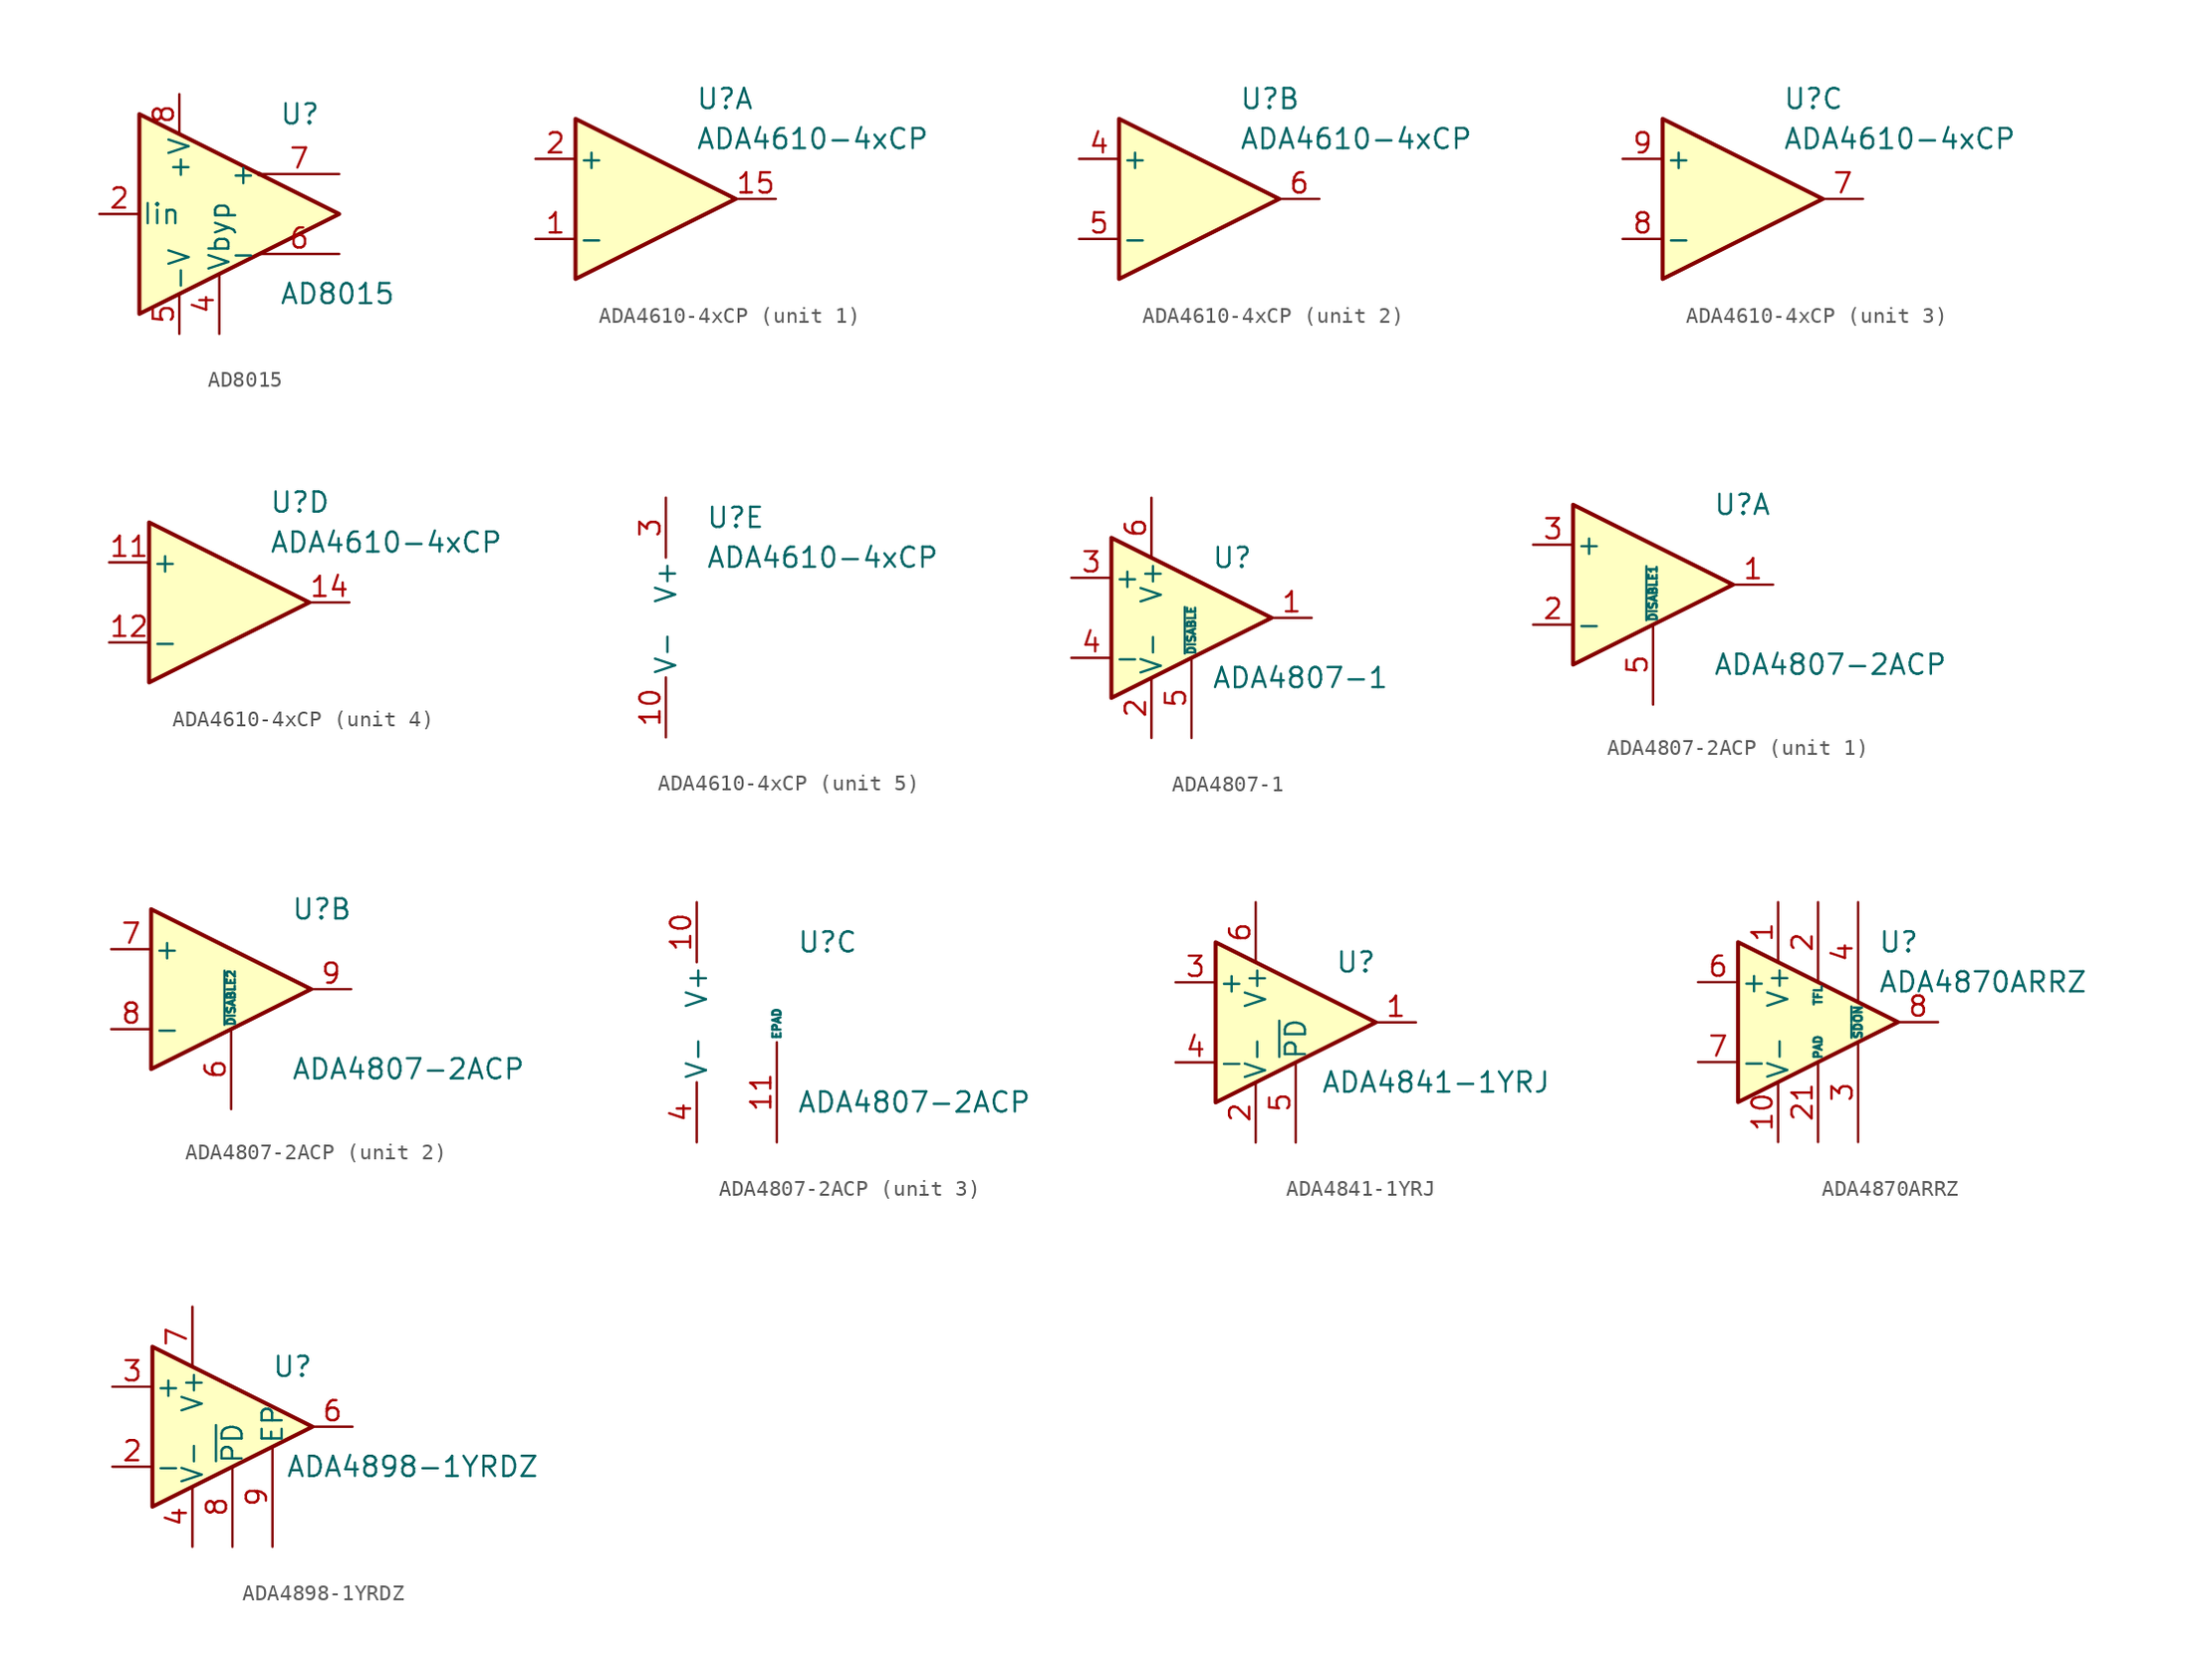
<source format=kicad_sym>
(kicad_symbol_lib
  (version 20211014)
  (generator kicad_symbol_editor)
  (symbol "AD8015"
    (pin_names
      (offset 0.127))
    (property "Reference" "U"
      (at 3.81 6.35 0)
      (effects (font (size 1.27 1.27)) (justify left)))
    (property "Value" "AD8015"
      (at 3.81 -5.08 0)
      (effects (font (size 1.27 1.27)) (justify left)))
    (symbol "AD8015_0_1"
      (polyline (pts (xy -5.08 6.35) (xy -5.08 -6.35) (xy 7.62 0) (xy -5.08 6.35)) (stroke (width 0.254) (type default) (color 0 0 0 0)) (fill (type background)))
      (circle (center 2.54 2.54) (radius 0.0001) (stroke (width 0) (type default) (color 0 0 0 0)) (fill (type none))))
    (symbol "AD8015_1_1"
      (pin no_connect line (at -5.08 2.54 0) (length 2.54) hide (name "NC" (effects (font (size 1.27 1.27)))) (number "1" (effects (font (size 1.27 1.27)))))
      (pin input line (at -7.62 0 0) (length 2.54) (name "Iin" (effects (font (size 1.27 1.27)))) (number "2" (effects (font (size 1.27 1.27)))))
      (pin no_connect line (at -5.08 -2.54 0) (length 2.54) hide (name "NC" (effects (font (size 1.27 1.27)))) (number "3" (effects (font (size 1.27 1.27)))))
      (pin input line (at 0 -7.62 90) (length 3.81) (name "Vbyp" (effects (font (size 1.27 1.27)))) (number "4" (effects (font (size 1.27 1.27)))))
      (pin power_in line (at -2.54 -7.62 90) (length 2.54) (name "-V" (effects (font (size 1.27 1.27)))) (number "5" (effects (font (size 1.27 1.27)))))
      (pin output line (at 7.62 -2.54 180) (length 5.08) (name "-" (effects (font (size 1.27 1.27)))) (number "6" (effects (font (size 1.27 1.27)))))
      (pin output line (at 7.62 2.54 180) (length 5.08) (name "+" (effects (font (size 1.27 1.27)))) (number "7" (effects (font (size 1.27 1.27)))))
      (pin power_in line (at -2.54 7.62 270) (length 2.54) (name "+V" (effects (font (size 1.27 1.27)))) (number "8" (effects (font (size 1.27 1.27)))))))
  (symbol "ADA4610-4xCP"
    (pin_names
      (offset 0.127))
    (property "Reference" "U"
      (at 2.54 6.35 0)
      (effects (font (size 1.27 1.27)) (justify left)))
    (property "Value" "ADA4610-4xCP"
      (at 2.54 3.81 0)
      (effects (font (size 1.27 1.27)) (justify left)))
    (property "ki_locked" ""
      (at 0 0 0)
      (effects (font (size 1.27 1.27))))
    (symbol "ADA4610-4xCP_1_1"
      (polyline (pts (xy 5.08 0) (xy -5.08 5.08) (xy -5.08 -5.08) (xy 5.08 0)) (stroke (width 0.254) (type default) (color 0 0 0 0)) (fill (type background)))
      (pin input line (at -7.62 -2.54 0) (length 2.54) (name "-" (effects (font (size 1.27 1.27)))) (number "1" (effects (font (size 1.27 1.27)))))
      (pin no_connect line (at 0 2.54 270) (length 2.54) hide (name "NIC" (effects (font (size 1.27 1.27)))) (number "13" (effects (font (size 1.27 1.27)))))
      (pin output line (at 7.62 0 180) (length 2.54) (name "~" (effects (font (size 1.27 1.27)))) (number "15" (effects (font (size 1.27 1.27)))))
      (pin no_connect line (at 0 -2.54 90) (length 2.54) hide (name "NIC" (effects (font (size 1.27 1.27)))) (number "16" (effects (font (size 1.27 1.27)))))
      (pin input line (at -7.62 2.54 0) (length 2.54) (name "+" (effects (font (size 1.27 1.27)))) (number "2" (effects (font (size 1.27 1.27))))))
    (symbol "ADA4610-4xCP_2_1"
      (polyline (pts (xy -5.08 5.08) (xy -5.08 -5.08) (xy 5.08 0) (xy -5.08 5.08)) (stroke (width 0.254) (type default) (color 0 0 0 0)) (fill (type background)))
      (pin input line (at -7.62 2.54 0) (length 2.54) (name "+" (effects (font (size 1.27 1.27)))) (number "4" (effects (font (size 1.27 1.27)))))
      (pin input line (at -7.62 -2.54 0) (length 2.54) (name "-" (effects (font (size 1.27 1.27)))) (number "5" (effects (font (size 1.27 1.27)))))
      (pin output line (at 7.62 0 180) (length 2.54) (name "~" (effects (font (size 1.27 1.27)))) (number "6" (effects (font (size 1.27 1.27))))))
    (symbol "ADA4610-4xCP_3_1"
      (polyline (pts (xy 5.08 0) (xy -5.08 5.08) (xy -5.08 -5.08) (xy 5.08 0)) (stroke (width 0.254) (type default) (color 0 0 0 0)) (fill (type background)))
      (pin output line (at 7.62 0 180) (length 2.54) (name "~" (effects (font (size 1.27 1.27)))) (number "7" (effects (font (size 1.27 1.27)))))
      (pin input line (at -7.62 -2.54 0) (length 2.54) (name "-" (effects (font (size 1.27 1.27)))) (number "8" (effects (font (size 1.27 1.27)))))
      (pin input line (at -7.62 2.54 0) (length 2.54) (name "+" (effects (font (size 1.27 1.27)))) (number "9" (effects (font (size 1.27 1.27))))))
    (symbol "ADA4610-4xCP_4_1"
      (polyline (pts (xy -5.08 5.08) (xy 5.08 0) (xy -5.08 -5.08) (xy -5.08 5.08)) (stroke (width 0.254) (type default) (color 0 0 0 0)) (fill (type background)))
      (pin input line (at -7.62 2.54 0) (length 2.54) (name "+" (effects (font (size 1.27 1.27)))) (number "11" (effects (font (size 1.27 1.27)))))
      (pin input line (at -7.62 -2.54 0) (length 2.54) (name "-" (effects (font (size 1.27 1.27)))) (number "12" (effects (font (size 1.27 1.27)))))
      (pin output line (at 7.62 0 180) (length 2.54) (name "~" (effects (font (size 1.27 1.27)))) (number "14" (effects (font (size 1.27 1.27))))))
    (symbol "ADA4610-4xCP_5_1"
      (pin power_in line (at 0 -7.62 90) (length 3.81) (name "V-" (effects (font (size 1.27 1.27)))) (number "10" (effects (font (size 1.27 1.27)))))
      (pin passive line (at 0 -7.62 90) (length 3.81) hide (name "V-" (effects (font (size 1.27 1.27)))) (number "17" (effects (font (size 1.27 1.27)))))
      (pin power_in line (at 0 7.62 270) (length 3.81) (name "V+" (effects (font (size 1.27 1.27)))) (number "3" (effects (font (size 1.27 1.27)))))))
  (symbol "ADA4807-1"
    (pin_names
      (offset 0.127))
    (property "Reference" "U"
      (at 1.27 3.81 0)
      (effects (font (size 1.27 1.27)) (justify left)))
    (property "Value" "ADA4807-1"
      (at 1.27 -3.81 0)
      (effects (font (size 1.27 1.27)) (justify left)))
    (symbol "ADA4807-1_0_1"
      (polyline (pts (xy -5.08 5.08) (xy 5.08 0) (xy -5.08 -5.08) (xy -5.08 5.08)) (stroke (width 0.254) (type default) (color 0 0 0 0)) (fill (type background))))
    (symbol "ADA4807-1_1_1"
      (pin output line (at 7.62 0 180) (length 2.54) (name "~" (effects (font (size 1.27 1.27)))) (number "1" (effects (font (size 1.27 1.27)))))
      (pin power_in line (at -2.54 -7.62 90) (length 3.81) (name "V-" (effects (font (size 1.27 1.27)))) (number "2" (effects (font (size 1.27 1.27)))))
      (pin input line (at -7.62 2.54 0) (length 2.54) (name "+" (effects (font (size 1.27 1.27)))) (number "3" (effects (font (size 1.27 1.27)))))
      (pin input line (at -7.62 -2.54 0) (length 2.54) (name "-" (effects (font (size 1.27 1.27)))) (number "4" (effects (font (size 1.27 1.27)))))
      (pin input line (at 0 -7.62 90) (length 5.08) (name "~{DISABLE}" (effects (font (size 0.508 0.508)))) (number "5" (effects (font (size 1.27 1.27)))))
      (pin power_in line (at -2.54 7.62 270) (length 3.81) (name "V+" (effects (font (size 1.27 1.27)))) (number "6" (effects (font (size 1.27 1.27)))))))
  (symbol "ADA4807-2ACP"
    (pin_names
      (offset 0.127))
    (property "Reference" "U"
      (at 3.81 5.08 0)
      (effects (font (size 1.27 1.27)) (justify left)))
    (property "Value" "ADA4807-2ACP"
      (at 3.81 -5.08 0)
      (effects (font (size 1.27 1.27)) (justify left)))
    (property "ki_locked" ""
      (at 0 0 0)
      (effects (font (size 1.27 1.27))))
    (symbol "ADA4807-2ACP_1_1"
      (polyline (pts (xy -5.08 5.08) (xy 5.08 0) (xy -5.08 -5.08) (xy -5.08 5.08)) (stroke (width 0.254) (type default) (color 0 0 0 0)) (fill (type background)))
      (pin output line (at 7.62 0 180) (length 2.54) (name "~" (effects (font (size 1.27 1.27)))) (number "1" (effects (font (size 1.27 1.27)))))
      (pin input line (at -7.62 -2.54 0) (length 2.54) (name "-" (effects (font (size 1.27 1.27)))) (number "2" (effects (font (size 1.27 1.27)))))
      (pin input line (at -7.62 2.54 0) (length 2.54) (name "+" (effects (font (size 1.27 1.27)))) (number "3" (effects (font (size 1.27 1.27)))))
      (pin input line (at 0 -7.62 90) (length 5.08) (name "~{DISABLE1}" (effects (font (size 0.508 0.508)))) (number "5" (effects (font (size 1.27 1.27))))))
    (symbol "ADA4807-2ACP_2_1"
      (polyline (pts (xy -5.08 5.08) (xy 5.08 0) (xy -5.08 -5.08) (xy -5.08 5.08)) (stroke (width 0.254) (type default) (color 0 0 0 0)) (fill (type background)))
      (pin input line (at 0 -7.62 90) (length 5.08) (name "~{DISABLE2}" (effects (font (size 0.508 0.508)))) (number "6" (effects (font (size 1.27 1.27)))))
      (pin input line (at -7.62 2.54 0) (length 2.54) (name "+" (effects (font (size 1.27 1.27)))) (number "7" (effects (font (size 1.27 1.27)))))
      (pin input line (at -7.62 -2.54 0) (length 2.54) (name "-" (effects (font (size 1.27 1.27)))) (number "8" (effects (font (size 1.27 1.27)))))
      (pin output line (at 7.62 0 180) (length 2.54) (name "~" (effects (font (size 1.27 1.27)))) (number "9" (effects (font (size 1.27 1.27))))))
    (symbol "ADA4807-2ACP_3_1"
      (pin power_in line (at -2.54 7.62 270) (length 3.81) (name "V+" (effects (font (size 1.27 1.27)))) (number "10" (effects (font (size 1.27 1.27)))))
      (pin power_in line (at 2.54 -7.62 90) (length 6.35) (name "EPAD" (effects (font (size 0.508 0.508)))) (number "11" (effects (font (size 1.27 1.27)))))
      (pin power_in line (at -2.54 -7.62 90) (length 3.81) (name "V-" (effects (font (size 1.27 1.27)))) (number "4" (effects (font (size 1.27 1.27)))))))
  (symbol "ADA4841-1YRJ"
    (pin_names
      (offset 0.127))
    (property "Reference" "U"
      (at 3.81 3.81 0)
      (effects (font (size 1.27 1.27))))
    (property "Value" "ADA4841-1YRJ"
      (at 8.89 -3.81 0)
      (effects (font (size 1.27 1.27))))
    (symbol "ADA4841-1YRJ_1_1"
      (polyline (pts (xy -5.08 5.08) (xy 5.08 0) (xy -5.08 -5.08) (xy -5.08 5.08)) (stroke (width 0.254) (type default) (color 0 0 0 0)) (fill (type background)))
      (pin output line (at 7.62 0 180) (length 2.54) (name "~" (effects (font (size 1.27 1.27)))) (number "1" (effects (font (size 1.27 1.27)))))
      (pin power_in line (at -2.54 -7.62 90) (length 3.81) (name "V-" (effects (font (size 1.27 1.27)))) (number "2" (effects (font (size 1.27 1.27)))))
      (pin input line (at -7.62 2.54 0) (length 2.54) (name "+" (effects (font (size 1.27 1.27)))) (number "3" (effects (font (size 1.27 1.27)))))
      (pin input line (at -7.62 -2.54 0) (length 2.54) (name "-" (effects (font (size 1.27 1.27)))) (number "4" (effects (font (size 1.27 1.27)))))
      (pin input line (at 0 -7.62 90) (length 5.08) (name "~{PD}" (effects (font (size 1.27 1.27)))) (number "5" (effects (font (size 1.27 1.27)))))
      (pin power_in line (at -2.54 7.62 270) (length 3.81) (name "V+" (effects (font (size 1.27 1.27)))) (number "6" (effects (font (size 1.27 1.27)))))))
  (symbol "ADA4870ARRZ"
    (pin_names
      (offset 0.127))
    (property "Reference" "U"
      (at 3.81 5.08 0)
      (effects (font (size 1.27 1.27)) (justify left)))
    (property "Value" "ADA4870ARRZ"
      (at 3.81 2.54 0)
      (effects (font (size 1.27 1.27)) (justify left)))
    (symbol "ADA4870ARRZ_0_1"
      (polyline (pts (xy -5.08 5.08) (xy 5.08 0) (xy -5.08 -5.08) (xy -5.08 5.08)) (stroke (width 0.254) (type default) (color 0 0 0 0)) (fill (type background))))
    (symbol "ADA4870ARRZ_1_1"
      (pin power_in line (at -2.54 7.62 270) (length 3.81) (name "V+" (effects (font (size 1.27 1.27)))) (number "1" (effects (font (size 1.27 1.27)))))
      (pin power_in line (at -2.54 -7.62 90) (length 3.81) (name "V-" (effects (font (size 1.27 1.27)))) (number "10" (effects (font (size 1.27 1.27)))))
      (pin passive line (at -2.54 -7.62 90) (length 3.81) hide (name "V-" (effects (font (size 1.27 1.27)))) (number "11" (effects (font (size 1.27 1.27)))))
      (pin passive line (at -2.54 -7.62 90) (length 3.81) hide (name "V-" (effects (font (size 1.27 1.27)))) (number "12" (effects (font (size 1.27 1.27)))))
      (pin passive line (at -2.54 -7.62 90) (length 3.81) hide (name "V-" (effects (font (size 1.27 1.27)))) (number "13" (effects (font (size 1.27 1.27)))))
      (pin passive line (at 7.62 0 180) (length 2.54) hide (name "~" (effects (font (size 1.27 1.27)))) (number "14" (effects (font (size 1.27 1.27)))))
      (pin passive line (at 7.62 0 180) (length 2.54) hide (name "~" (effects (font (size 1.27 1.27)))) (number "15" (effects (font (size 1.27 1.27)))))
      (pin passive line (at 7.62 0 180) (length 2.54) hide (name "~" (effects (font (size 1.27 1.27)))) (number "16" (effects (font (size 1.27 1.27)))))
      (pin passive line (at 7.62 0 180) (length 2.54) hide (name "~" (effects (font (size 1.27 1.27)))) (number "17" (effects (font (size 1.27 1.27)))))
      (pin passive line (at -2.54 7.62 270) (length 3.81) hide (name "V+" (effects (font (size 1.27 1.27)))) (number "18" (effects (font (size 1.27 1.27)))))
      (pin passive line (at -2.54 7.62 270) (length 3.81) hide (name "V+" (effects (font (size 1.27 1.27)))) (number "19" (effects (font (size 1.27 1.27)))))
      (pin passive line (at 0 7.62 270) (length 5.08) (name "TFL" (effects (font (size 0.508 0.508)))) (number "2" (effects (font (size 1.27 1.27)))))
      (pin passive line (at -2.54 7.62 270) (length 3.81) hide (name "V+" (effects (font (size 1.27 1.27)))) (number "20" (effects (font (size 1.27 1.27)))))
      (pin passive line (at 0 -7.62 90) (length 5.08) (name "PAD" (effects (font (size 0.508 0.508)))) (number "21" (effects (font (size 1.27 1.27)))))
      (pin input line (at 2.54 -7.62 90) (length 6.35) (name "~{SD}" (effects (font (size 0.508 0.508)))) (number "3" (effects (font (size 1.27 1.27)))))
      (pin input line (at 2.54 7.62 270) (length 6.35) (name "~{ON}" (effects (font (size 0.508 0.508)))) (number "4" (effects (font (size 1.27 1.27)))))
      (pin no_connect line (at -5.08 -5.08 90) (length 2.54) hide (name "NC" (effects (font (size 1.27 1.27)))) (number "5" (effects (font (size 1.27 1.27)))))
      (pin input line (at -7.62 2.54 0) (length 2.54) (name "+" (effects (font (size 1.27 1.27)))) (number "6" (effects (font (size 1.27 1.27)))))
      (pin input line (at -7.62 -2.54 0) (length 2.54) (name "-" (effects (font (size 1.27 1.27)))) (number "7" (effects (font (size 1.27 1.27)))))
      (pin output line (at 7.62 0 180) (length 2.54) (name "~" (effects (font (size 1.27 1.27)))) (number "8" (effects (font (size 1.27 1.27)))))
      (pin no_connect line (at -5.08 5.08 270) (length 2.54) hide (name "NC" (effects (font (size 1.27 1.27)))) (number "9" (effects (font (size 1.27 1.27)))))))
  (symbol "ADA4898-1YRDZ"
    (pin_names
      (offset 0.127))
    (property "Reference" "U"
      (at 3.81 3.81 0)
      (effects (font (size 1.27 1.27))))
    (property "Value" "ADA4898-1YRDZ"
      (at 11.43 -2.54 0)
      (effects (font (size 1.27 1.27))))
    (symbol "ADA4898-1YRDZ_1_1"
      (polyline (pts (xy -5.08 5.08) (xy 5.08 0) (xy -5.08 -5.08) (xy -5.08 5.08)) (stroke (width 0.254) (type default) (color 0 0 0 0)) (fill (type background)))
      (pin input line (at -7.62 -2.54 0) (length 2.54) (name "-" (effects (font (size 1.27 1.27)))) (number "2" (effects (font (size 1.27 1.27)))))
      (pin input line (at -7.62 2.54 0) (length 2.54) (name "+" (effects (font (size 1.27 1.27)))) (number "3" (effects (font (size 1.27 1.27)))))
      (pin power_in line (at -2.54 -7.62 90) (length 3.81) (name "V-" (effects (font (size 1.27 1.27)))) (number "4" (effects (font (size 1.27 1.27)))))
      (pin output line (at 7.62 0 180) (length 2.54) (name "~" (effects (font (size 1.27 1.27)))) (number "6" (effects (font (size 1.27 1.27)))))
      (pin power_in line (at -2.54 7.62 270) (length 3.81) (name "V+" (effects (font (size 1.27 1.27)))) (number "7" (effects (font (size 1.27 1.27)))))
      (pin input line (at 0 -7.62 90) (length 5.08) (name "~{PD}" (effects (font (size 1.27 1.27)))) (number "8" (effects (font (size 1.27 1.27)))))
      (pin passive line (at 2.54 -7.62 90) (length 6.35) (name "EP" (effects (font (size 1.27 1.27)))) (number "9" (effects (font (size 1.27 1.27))))))))
</source>
